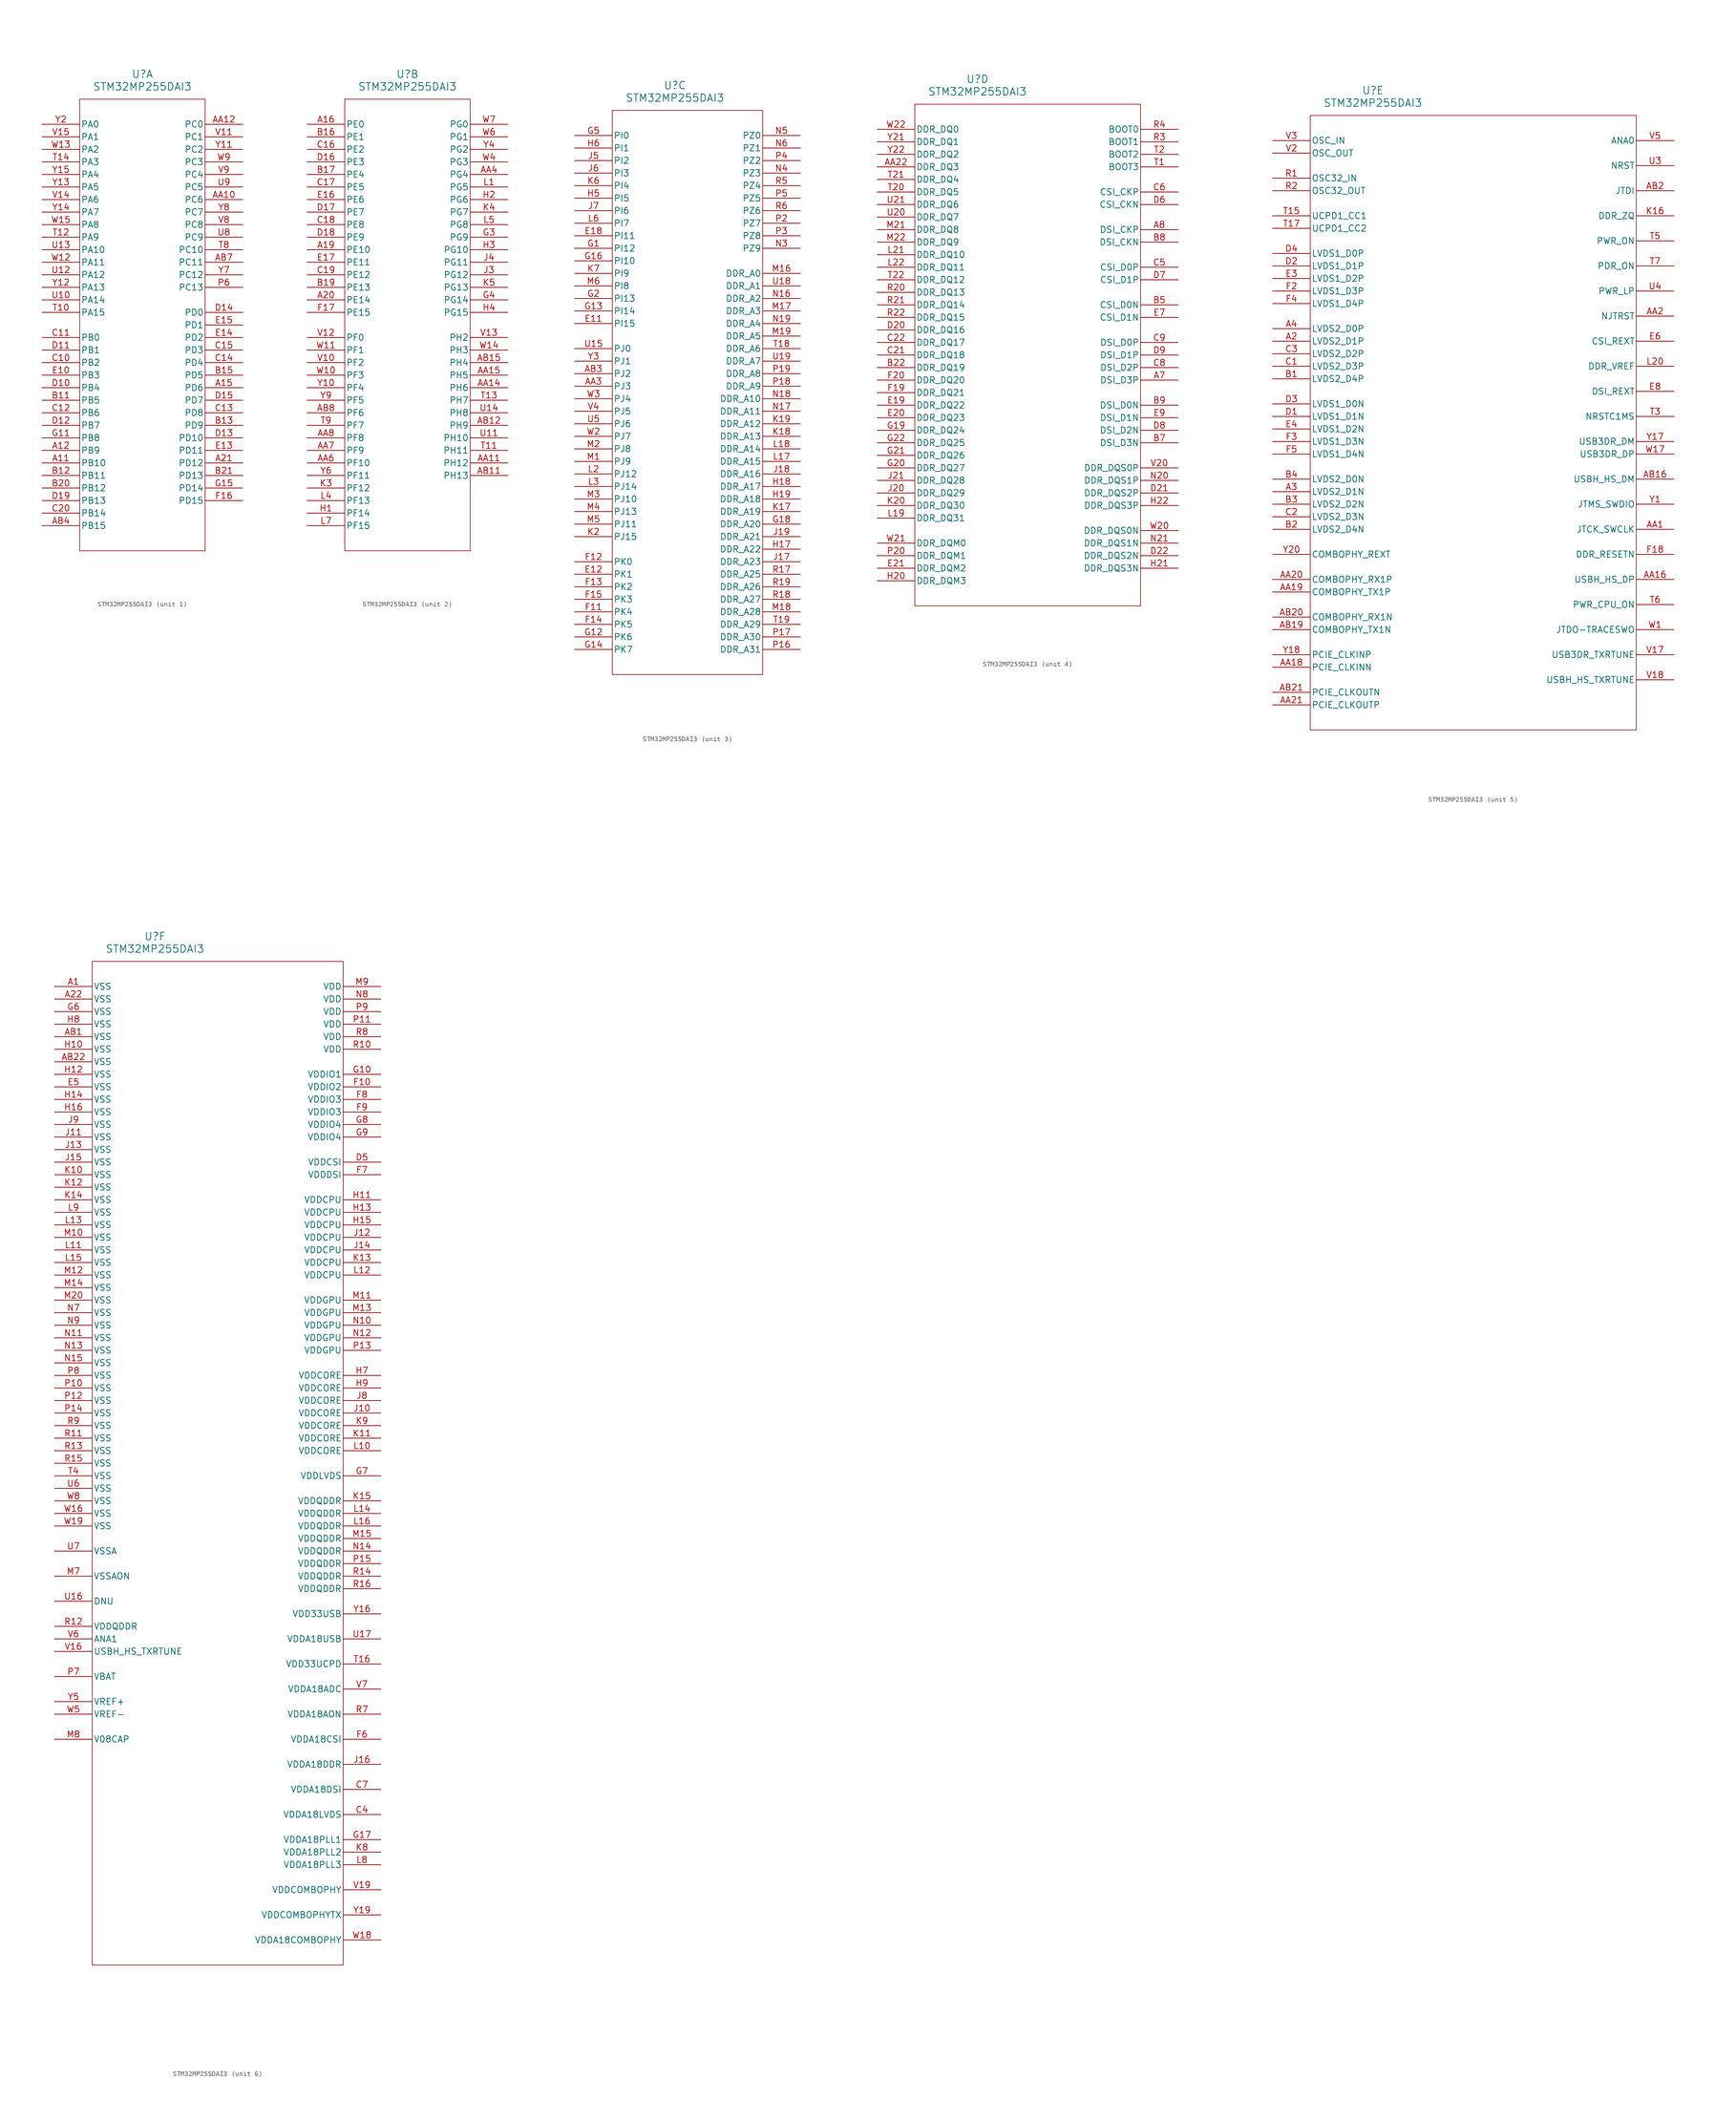
<source format=kicad_sym>
(kicad_symbol_lib
  (version 20241209)
  (generator "kicad_symbol_editor")
  (generator_version "9.0")
  (symbol "STM32MP255DAI3"
    (pin_names
      (offset 0.254))
    (property "Reference" "U"
      (at 20.32 10.16 0)
      (effects (font (size 1.524 1.524))))
    (property "Value" "STM32MP255DAI3"
      (at 20.32 7.62 0)
      (effects (font (size 1.524 1.524))))
    (property "ki_locked" ""
      (at 0 0 0)
      (effects (font (size 1.27 1.27))))
    (symbol "STM32MP255DAI3_1_1"
      (polyline (pts (xy 7.62 5.08) (xy 7.62 -86.36)) (stroke (width 0.127) (type default)) (fill (type none)))
      (polyline (pts (xy 7.62 -86.36) (xy 33.02 -86.36)) (stroke (width 0.127) (type default)) (fill (type none)))
      (polyline (pts (xy 33.02 5.08) (xy 7.62 5.08)) (stroke (width 0.127) (type default)) (fill (type none)))
      (polyline (pts (xy 33.02 -86.36) (xy 33.02 5.08)) (stroke (width 0.127) (type default)) (fill (type none)))
      (pin bidirectional line (at 0 0 0) (length 7.62) (name "PA0" (effects (font (size 1.27 1.27)))) (number "Y2" (effects (font (size 1.27 1.27)))))
      (pin bidirectional line (at 0 -2.54 0) (length 7.62) (name "PA1" (effects (font (size 1.27 1.27)))) (number "V15" (effects (font (size 1.27 1.27)))))
      (pin bidirectional line (at 0 -5.08 0) (length 7.62) (name "PA2" (effects (font (size 1.27 1.27)))) (number "W13" (effects (font (size 1.27 1.27)))))
      (pin bidirectional line (at 0 -7.62 0) (length 7.62) (name "PA3" (effects (font (size 1.27 1.27)))) (number "T14" (effects (font (size 1.27 1.27)))))
      (pin bidirectional line (at 0 -10.16 0) (length 7.62) (name "PA4" (effects (font (size 1.27 1.27)))) (number "Y15" (effects (font (size 1.27 1.27)))))
      (pin bidirectional line (at 0 -12.7 0) (length 7.62) (name "PA5" (effects (font (size 1.27 1.27)))) (number "Y13" (effects (font (size 1.27 1.27)))))
      (pin bidirectional line (at 0 -15.24 0) (length 7.62) (name "PA6" (effects (font (size 1.27 1.27)))) (number "V14" (effects (font (size 1.27 1.27)))))
      (pin bidirectional line (at 0 -17.78 0) (length 7.62) (name "PA7" (effects (font (size 1.27 1.27)))) (number "Y14" (effects (font (size 1.27 1.27)))))
      (pin bidirectional line (at 0 -20.32 0) (length 7.62) (name "PA8" (effects (font (size 1.27 1.27)))) (number "W15" (effects (font (size 1.27 1.27)))))
      (pin bidirectional line (at 0 -22.86 0) (length 7.62) (name "PA9" (effects (font (size 1.27 1.27)))) (number "T12" (effects (font (size 1.27 1.27)))))
      (pin bidirectional line (at 0 -25.4 0) (length 7.62) (name "PA10" (effects (font (size 1.27 1.27)))) (number "U13" (effects (font (size 1.27 1.27)))))
      (pin bidirectional line (at 0 -27.94 0) (length 7.62) (name "PA11" (effects (font (size 1.27 1.27)))) (number "W12" (effects (font (size 1.27 1.27)))))
      (pin bidirectional line (at 0 -30.48 0) (length 7.62) (name "PA12" (effects (font (size 1.27 1.27)))) (number "U12" (effects (font (size 1.27 1.27)))))
      (pin bidirectional line (at 0 -33.02 0) (length 7.62) (name "PA13" (effects (font (size 1.27 1.27)))) (number "Y12" (effects (font (size 1.27 1.27)))))
      (pin bidirectional line (at 0 -35.56 0) (length 7.62) (name "PA14" (effects (font (size 1.27 1.27)))) (number "U10" (effects (font (size 1.27 1.27)))))
      (pin bidirectional line (at 0 -38.1 0) (length 7.62) (name "PA15" (effects (font (size 1.27 1.27)))) (number "T10" (effects (font (size 1.27 1.27)))))
      (pin bidirectional line (at 0 -43.18 0) (length 7.62) (name "PB0" (effects (font (size 1.27 1.27)))) (number "C11" (effects (font (size 1.27 1.27)))))
      (pin bidirectional line (at 0 -45.72 0) (length 7.62) (name "PB1" (effects (font (size 1.27 1.27)))) (number "D11" (effects (font (size 1.27 1.27)))))
      (pin bidirectional line (at 0 -48.26 0) (length 7.62) (name "PB2" (effects (font (size 1.27 1.27)))) (number "C10" (effects (font (size 1.27 1.27)))))
      (pin bidirectional line (at 0 -50.8 0) (length 7.62) (name "PB3" (effects (font (size 1.27 1.27)))) (number "E10" (effects (font (size 1.27 1.27)))))
      (pin bidirectional line (at 0 -53.34 0) (length 7.62) (name "PB4" (effects (font (size 1.27 1.27)))) (number "D10" (effects (font (size 1.27 1.27)))))
      (pin bidirectional line (at 0 -55.88 0) (length 7.62) (name "PB5" (effects (font (size 1.27 1.27)))) (number "B11" (effects (font (size 1.27 1.27)))))
      (pin bidirectional line (at 0 -58.42 0) (length 7.62) (name "PB6" (effects (font (size 1.27 1.27)))) (number "C12" (effects (font (size 1.27 1.27)))))
      (pin bidirectional line (at 0 -60.96 0) (length 7.62) (name "PB7" (effects (font (size 1.27 1.27)))) (number "D12" (effects (font (size 1.27 1.27)))))
      (pin bidirectional line (at 0 -63.5 0) (length 7.62) (name "PB8" (effects (font (size 1.27 1.27)))) (number "G11" (effects (font (size 1.27 1.27)))))
      (pin bidirectional line (at 0 -66.04 0) (length 7.62) (name "PB9" (effects (font (size 1.27 1.27)))) (number "A12" (effects (font (size 1.27 1.27)))))
      (pin bidirectional line (at 0 -68.58 0) (length 7.62) (name "PB10" (effects (font (size 1.27 1.27)))) (number "A11" (effects (font (size 1.27 1.27)))))
      (pin bidirectional line (at 0 -71.12 0) (length 7.62) (name "PB11" (effects (font (size 1.27 1.27)))) (number "B12" (effects (font (size 1.27 1.27)))))
      (pin bidirectional line (at 0 -73.66 0) (length 7.62) (name "PB12" (effects (font (size 1.27 1.27)))) (number "B20" (effects (font (size 1.27 1.27)))))
      (pin bidirectional line (at 0 -76.2 0) (length 7.62) (name "PB13" (effects (font (size 1.27 1.27)))) (number "D19" (effects (font (size 1.27 1.27)))))
      (pin bidirectional line (at 0 -78.74 0) (length 7.62) (name "PB14" (effects (font (size 1.27 1.27)))) (number "C20" (effects (font (size 1.27 1.27)))))
      (pin bidirectional line (at 0 -81.28 0) (length 7.62) (name "PB15" (effects (font (size 1.27 1.27)))) (number "AB4" (effects (font (size 1.27 1.27)))))
      (pin bidirectional line (at 40.64 0 180) (length 7.62) (name "PC0" (effects (font (size 1.27 1.27)))) (number "AA12" (effects (font (size 1.27 1.27)))))
      (pin bidirectional line (at 40.64 -2.54 180) (length 7.62) (name "PC1" (effects (font (size 1.27 1.27)))) (number "V11" (effects (font (size 1.27 1.27)))))
      (pin bidirectional line (at 40.64 -5.08 180) (length 7.62) (name "PC2" (effects (font (size 1.27 1.27)))) (number "Y11" (effects (font (size 1.27 1.27)))))
      (pin bidirectional line (at 40.64 -7.62 180) (length 7.62) (name "PC3" (effects (font (size 1.27 1.27)))) (number "W9" (effects (font (size 1.27 1.27)))))
      (pin bidirectional line (at 40.64 -10.16 180) (length 7.62) (name "PC4" (effects (font (size 1.27 1.27)))) (number "V9" (effects (font (size 1.27 1.27)))))
      (pin bidirectional line (at 40.64 -12.7 180) (length 7.62) (name "PC5" (effects (font (size 1.27 1.27)))) (number "U9" (effects (font (size 1.27 1.27)))))
      (pin bidirectional line (at 40.64 -15.24 180) (length 7.62) (name "PC6" (effects (font (size 1.27 1.27)))) (number "AA10" (effects (font (size 1.27 1.27)))))
      (pin bidirectional line (at 40.64 -17.78 180) (length 7.62) (name "PC7" (effects (font (size 1.27 1.27)))) (number "Y8" (effects (font (size 1.27 1.27)))))
      (pin bidirectional line (at 40.64 -20.32 180) (length 7.62) (name "PC8" (effects (font (size 1.27 1.27)))) (number "V8" (effects (font (size 1.27 1.27)))))
      (pin bidirectional line (at 40.64 -22.86 180) (length 7.62) (name "PC9" (effects (font (size 1.27 1.27)))) (number "U8" (effects (font (size 1.27 1.27)))))
      (pin bidirectional line (at 40.64 -25.4 180) (length 7.62) (name "PC10" (effects (font (size 1.27 1.27)))) (number "T8" (effects (font (size 1.27 1.27)))))
      (pin bidirectional line (at 40.64 -27.94 180) (length 7.62) (name "PC11" (effects (font (size 1.27 1.27)))) (number "AB7" (effects (font (size 1.27 1.27)))))
      (pin bidirectional line (at 40.64 -30.48 180) (length 7.62) (name "PC12" (effects (font (size 1.27 1.27)))) (number "Y7" (effects (font (size 1.27 1.27)))))
      (pin bidirectional line (at 40.64 -33.02 180) (length 7.62) (name "PC13" (effects (font (size 1.27 1.27)))) (number "P6" (effects (font (size 1.27 1.27)))))
      (pin bidirectional line (at 40.64 -38.1 180) (length 7.62) (name "PD0" (effects (font (size 1.27 1.27)))) (number "D14" (effects (font (size 1.27 1.27)))))
      (pin bidirectional line (at 40.64 -40.64 180) (length 7.62) (name "PD1" (effects (font (size 1.27 1.27)))) (number "E15" (effects (font (size 1.27 1.27)))))
      (pin bidirectional line (at 40.64 -43.18 180) (length 7.62) (name "PD2" (effects (font (size 1.27 1.27)))) (number "E14" (effects (font (size 1.27 1.27)))))
      (pin bidirectional line (at 40.64 -45.72 180) (length 7.62) (name "PD3" (effects (font (size 1.27 1.27)))) (number "C15" (effects (font (size 1.27 1.27)))))
      (pin bidirectional line (at 40.64 -48.26 180) (length 7.62) (name "PD4" (effects (font (size 1.27 1.27)))) (number "C14" (effects (font (size 1.27 1.27)))))
      (pin bidirectional line (at 40.64 -50.8 180) (length 7.62) (name "PD5" (effects (font (size 1.27 1.27)))) (number "B15" (effects (font (size 1.27 1.27)))))
      (pin bidirectional line (at 40.64 -53.34 180) (length 7.62) (name "PD6" (effects (font (size 1.27 1.27)))) (number "A15" (effects (font (size 1.27 1.27)))))
      (pin bidirectional line (at 40.64 -55.88 180) (length 7.62) (name "PD7" (effects (font (size 1.27 1.27)))) (number "D15" (effects (font (size 1.27 1.27)))))
      (pin bidirectional line (at 40.64 -58.42 180) (length 7.62) (name "PD8" (effects (font (size 1.27 1.27)))) (number "C13" (effects (font (size 1.27 1.27)))))
      (pin bidirectional line (at 40.64 -60.96 180) (length 7.62) (name "PD9" (effects (font (size 1.27 1.27)))) (number "B13" (effects (font (size 1.27 1.27)))))
      (pin bidirectional line (at 40.64 -63.5 180) (length 7.62) (name "PD10" (effects (font (size 1.27 1.27)))) (number "D13" (effects (font (size 1.27 1.27)))))
      (pin bidirectional line (at 40.64 -66.04 180) (length 7.62) (name "PD11" (effects (font (size 1.27 1.27)))) (number "E13" (effects (font (size 1.27 1.27)))))
      (pin bidirectional line (at 40.64 -68.58 180) (length 7.62) (name "PD12" (effects (font (size 1.27 1.27)))) (number "A21" (effects (font (size 1.27 1.27)))))
      (pin bidirectional line (at 40.64 -71.12 180) (length 7.62) (name "PD13" (effects (font (size 1.27 1.27)))) (number "B21" (effects (font (size 1.27 1.27)))))
      (pin bidirectional line (at 40.64 -73.66 180) (length 7.62) (name "PD14" (effects (font (size 1.27 1.27)))) (number "G15" (effects (font (size 1.27 1.27)))))
      (pin bidirectional line (at 40.64 -76.2 180) (length 7.62) (name "PD15" (effects (font (size 1.27 1.27)))) (number "F16" (effects (font (size 1.27 1.27))))))
    (symbol "STM32MP255DAI3_2_1"
      (polyline (pts (xy 7.62 5.08) (xy 7.62 -86.36)) (stroke (width 0.127) (type default)) (fill (type none)))
      (polyline (pts (xy 7.62 -86.36) (xy 33.02 -86.36)) (stroke (width 0.127) (type default)) (fill (type none)))
      (polyline (pts (xy 33.02 5.08) (xy 7.62 5.08)) (stroke (width 0.127) (type default)) (fill (type none)))
      (polyline (pts (xy 33.02 -86.36) (xy 33.02 5.08)) (stroke (width 0.127) (type default)) (fill (type none)))
      (pin bidirectional line (at 0 0 0) (length 7.62) (name "PE0" (effects (font (size 1.27 1.27)))) (number "A16" (effects (font (size 1.27 1.27)))))
      (pin bidirectional line (at 0 -2.54 0) (length 7.62) (name "PE1" (effects (font (size 1.27 1.27)))) (number "B16" (effects (font (size 1.27 1.27)))))
      (pin bidirectional line (at 0 -5.08 0) (length 7.62) (name "PE2" (effects (font (size 1.27 1.27)))) (number "C16" (effects (font (size 1.27 1.27)))))
      (pin bidirectional line (at 0 -7.62 0) (length 7.62) (name "PE3" (effects (font (size 1.27 1.27)))) (number "D16" (effects (font (size 1.27 1.27)))))
      (pin bidirectional line (at 0 -10.16 0) (length 7.62) (name "PE4" (effects (font (size 1.27 1.27)))) (number "B17" (effects (font (size 1.27 1.27)))))
      (pin bidirectional line (at 0 -12.7 0) (length 7.62) (name "PE5" (effects (font (size 1.27 1.27)))) (number "C17" (effects (font (size 1.27 1.27)))))
      (pin bidirectional line (at 0 -15.24 0) (length 7.62) (name "PE6" (effects (font (size 1.27 1.27)))) (number "E16" (effects (font (size 1.27 1.27)))))
      (pin bidirectional line (at 0 -17.78 0) (length 7.62) (name "PE7" (effects (font (size 1.27 1.27)))) (number "D17" (effects (font (size 1.27 1.27)))))
      (pin bidirectional line (at 0 -20.32 0) (length 7.62) (name "PE8" (effects (font (size 1.27 1.27)))) (number "C18" (effects (font (size 1.27 1.27)))))
      (pin bidirectional line (at 0 -22.86 0) (length 7.62) (name "PE9" (effects (font (size 1.27 1.27)))) (number "D18" (effects (font (size 1.27 1.27)))))
      (pin bidirectional line (at 0 -25.4 0) (length 7.62) (name "PE10" (effects (font (size 1.27 1.27)))) (number "A19" (effects (font (size 1.27 1.27)))))
      (pin bidirectional line (at 0 -27.94 0) (length 7.62) (name "PE11" (effects (font (size 1.27 1.27)))) (number "E17" (effects (font (size 1.27 1.27)))))
      (pin bidirectional line (at 0 -30.48 0) (length 7.62) (name "PE12" (effects (font (size 1.27 1.27)))) (number "C19" (effects (font (size 1.27 1.27)))))
      (pin bidirectional line (at 0 -33.02 0) (length 7.62) (name "PE13" (effects (font (size 1.27 1.27)))) (number "B19" (effects (font (size 1.27 1.27)))))
      (pin bidirectional line (at 0 -35.56 0) (length 7.62) (name "PE14" (effects (font (size 1.27 1.27)))) (number "A20" (effects (font (size 1.27 1.27)))))
      (pin bidirectional line (at 0 -38.1 0) (length 7.62) (name "PE15" (effects (font (size 1.27 1.27)))) (number "F17" (effects (font (size 1.27 1.27)))))
      (pin bidirectional line (at 0 -43.18 0) (length 7.62) (name "PF0" (effects (font (size 1.27 1.27)))) (number "V12" (effects (font (size 1.27 1.27)))))
      (pin bidirectional line (at 0 -45.72 0) (length 7.62) (name "PF1" (effects (font (size 1.27 1.27)))) (number "W11" (effects (font (size 1.27 1.27)))))
      (pin bidirectional line (at 0 -48.26 0) (length 7.62) (name "PF2" (effects (font (size 1.27 1.27)))) (number "V10" (effects (font (size 1.27 1.27)))))
      (pin bidirectional line (at 0 -50.8 0) (length 7.62) (name "PF3" (effects (font (size 1.27 1.27)))) (number "W10" (effects (font (size 1.27 1.27)))))
      (pin bidirectional line (at 0 -53.34 0) (length 7.62) (name "PF4" (effects (font (size 1.27 1.27)))) (number "Y10" (effects (font (size 1.27 1.27)))))
      (pin bidirectional line (at 0 -55.88 0) (length 7.62) (name "PF5" (effects (font (size 1.27 1.27)))) (number "Y9" (effects (font (size 1.27 1.27)))))
      (pin bidirectional line (at 0 -58.42 0) (length 7.62) (name "PF6" (effects (font (size 1.27 1.27)))) (number "AB8" (effects (font (size 1.27 1.27)))))
      (pin bidirectional line (at 0 -60.96 0) (length 7.62) (name "PF7" (effects (font (size 1.27 1.27)))) (number "T9" (effects (font (size 1.27 1.27)))))
      (pin bidirectional line (at 0 -63.5 0) (length 7.62) (name "PF8" (effects (font (size 1.27 1.27)))) (number "AA8" (effects (font (size 1.27 1.27)))))
      (pin bidirectional line (at 0 -66.04 0) (length 7.62) (name "PF9" (effects (font (size 1.27 1.27)))) (number "AA7" (effects (font (size 1.27 1.27)))))
      (pin bidirectional line (at 0 -68.58 0) (length 7.62) (name "PF10" (effects (font (size 1.27 1.27)))) (number "AA6" (effects (font (size 1.27 1.27)))))
      (pin bidirectional line (at 0 -71.12 0) (length 7.62) (name "PF11" (effects (font (size 1.27 1.27)))) (number "Y6" (effects (font (size 1.27 1.27)))))
      (pin bidirectional line (at 0 -73.66 0) (length 7.62) (name "PF12" (effects (font (size 1.27 1.27)))) (number "K3" (effects (font (size 1.27 1.27)))))
      (pin bidirectional line (at 0 -76.2 0) (length 7.62) (name "PF13" (effects (font (size 1.27 1.27)))) (number "L4" (effects (font (size 1.27 1.27)))))
      (pin bidirectional line (at 0 -78.74 0) (length 7.62) (name "PF14" (effects (font (size 1.27 1.27)))) (number "H1" (effects (font (size 1.27 1.27)))))
      (pin bidirectional line (at 0 -81.28 0) (length 7.62) (name "PF15" (effects (font (size 1.27 1.27)))) (number "L7" (effects (font (size 1.27 1.27)))))
      (pin bidirectional line (at 40.64 0 180) (length 7.62) (name "PG0" (effects (font (size 1.27 1.27)))) (number "W7" (effects (font (size 1.27 1.27)))))
      (pin bidirectional line (at 40.64 -2.54 180) (length 7.62) (name "PG1" (effects (font (size 1.27 1.27)))) (number "W6" (effects (font (size 1.27 1.27)))))
      (pin bidirectional line (at 40.64 -5.08 180) (length 7.62) (name "PG2" (effects (font (size 1.27 1.27)))) (number "Y4" (effects (font (size 1.27 1.27)))))
      (pin bidirectional line (at 40.64 -7.62 180) (length 7.62) (name "PG3" (effects (font (size 1.27 1.27)))) (number "W4" (effects (font (size 1.27 1.27)))))
      (pin bidirectional line (at 40.64 -10.16 180) (length 7.62) (name "PG4" (effects (font (size 1.27 1.27)))) (number "AA4" (effects (font (size 1.27 1.27)))))
      (pin bidirectional line (at 40.64 -12.7 180) (length 7.62) (name "PG5" (effects (font (size 1.27 1.27)))) (number "L1" (effects (font (size 1.27 1.27)))))
      (pin bidirectional line (at 40.64 -15.24 180) (length 7.62) (name "PG6" (effects (font (size 1.27 1.27)))) (number "H2" (effects (font (size 1.27 1.27)))))
      (pin bidirectional line (at 40.64 -17.78 180) (length 7.62) (name "PG7" (effects (font (size 1.27 1.27)))) (number "K4" (effects (font (size 1.27 1.27)))))
      (pin bidirectional line (at 40.64 -20.32 180) (length 7.62) (name "PG8" (effects (font (size 1.27 1.27)))) (number "L5" (effects (font (size 1.27 1.27)))))
      (pin bidirectional line (at 40.64 -22.86 180) (length 7.62) (name "PG9" (effects (font (size 1.27 1.27)))) (number "G3" (effects (font (size 1.27 1.27)))))
      (pin bidirectional line (at 40.64 -25.4 180) (length 7.62) (name "PG10" (effects (font (size 1.27 1.27)))) (number "H3" (effects (font (size 1.27 1.27)))))
      (pin bidirectional line (at 40.64 -27.94 180) (length 7.62) (name "PG11" (effects (font (size 1.27 1.27)))) (number "J4" (effects (font (size 1.27 1.27)))))
      (pin bidirectional line (at 40.64 -30.48 180) (length 7.62) (name "PG12" (effects (font (size 1.27 1.27)))) (number "J3" (effects (font (size 1.27 1.27)))))
      (pin bidirectional line (at 40.64 -33.02 180) (length 7.62) (name "PG13" (effects (font (size 1.27 1.27)))) (number "K5" (effects (font (size 1.27 1.27)))))
      (pin bidirectional line (at 40.64 -35.56 180) (length 7.62) (name "PG14" (effects (font (size 1.27 1.27)))) (number "G4" (effects (font (size 1.27 1.27)))))
      (pin bidirectional line (at 40.64 -38.1 180) (length 7.62) (name "PG15" (effects (font (size 1.27 1.27)))) (number "H4" (effects (font (size 1.27 1.27)))))
      (pin bidirectional line (at 40.64 -43.18 180) (length 7.62) (name "PH2" (effects (font (size 1.27 1.27)))) (number "V13" (effects (font (size 1.27 1.27)))))
      (pin bidirectional line (at 40.64 -45.72 180) (length 7.62) (name "PH3" (effects (font (size 1.27 1.27)))) (number "W14" (effects (font (size 1.27 1.27)))))
      (pin bidirectional line (at 40.64 -48.26 180) (length 7.62) (name "PH4" (effects (font (size 1.27 1.27)))) (number "AB15" (effects (font (size 1.27 1.27)))))
      (pin bidirectional line (at 40.64 -50.8 180) (length 7.62) (name "PH5" (effects (font (size 1.27 1.27)))) (number "AA15" (effects (font (size 1.27 1.27)))))
      (pin bidirectional line (at 40.64 -53.34 180) (length 7.62) (name "PH6" (effects (font (size 1.27 1.27)))) (number "AA14" (effects (font (size 1.27 1.27)))))
      (pin bidirectional line (at 40.64 -55.88 180) (length 7.62) (name "PH7" (effects (font (size 1.27 1.27)))) (number "T13" (effects (font (size 1.27 1.27)))))
      (pin bidirectional line (at 40.64 -58.42 180) (length 7.62) (name "PH8" (effects (font (size 1.27 1.27)))) (number "U14" (effects (font (size 1.27 1.27)))))
      (pin bidirectional line (at 40.64 -60.96 180) (length 7.62) (name "PH9" (effects (font (size 1.27 1.27)))) (number "AB12" (effects (font (size 1.27 1.27)))))
      (pin bidirectional line (at 40.64 -63.5 180) (length 7.62) (name "PH10" (effects (font (size 1.27 1.27)))) (number "U11" (effects (font (size 1.27 1.27)))))
      (pin bidirectional line (at 40.64 -66.04 180) (length 7.62) (name "PH11" (effects (font (size 1.27 1.27)))) (number "T11" (effects (font (size 1.27 1.27)))))
      (pin bidirectional line (at 40.64 -68.58 180) (length 7.62) (name "PH12" (effects (font (size 1.27 1.27)))) (number "AA11" (effects (font (size 1.27 1.27)))))
      (pin bidirectional line (at 40.64 -71.12 180) (length 7.62) (name "PH13" (effects (font (size 1.27 1.27)))) (number "AB11" (effects (font (size 1.27 1.27))))))
    (symbol "STM32MP255DAI3_3_1"
      (polyline (pts (xy 7.62 5.08) (xy 7.62 -109.22)) (stroke (width 0.127) (type default)) (fill (type none)))
      (polyline (pts (xy 7.62 -109.22) (xy 38.1 -109.22)) (stroke (width 0.127) (type default)) (fill (type none)))
      (polyline (pts (xy 38.1 5.08) (xy 7.62 5.08)) (stroke (width 0.127) (type default)) (fill (type none)))
      (polyline (pts (xy 38.1 -109.22) (xy 38.1 5.08)) (stroke (width 0.127) (type default)) (fill (type none)))
      (pin bidirectional line (at 0 0 0) (length 7.62) (name "PI0" (effects (font (size 1.27 1.27)))) (number "G5" (effects (font (size 1.27 1.27)))))
      (pin bidirectional line (at 0 -2.54 0) (length 7.62) (name "PI1" (effects (font (size 1.27 1.27)))) (number "H6" (effects (font (size 1.27 1.27)))))
      (pin bidirectional line (at 0 -5.08 0) (length 7.62) (name "PI2" (effects (font (size 1.27 1.27)))) (number "J5" (effects (font (size 1.27 1.27)))))
      (pin bidirectional line (at 0 -7.62 0) (length 7.62) (name "PI3" (effects (font (size 1.27 1.27)))) (number "J6" (effects (font (size 1.27 1.27)))))
      (pin bidirectional line (at 0 -10.16 0) (length 7.62) (name "PI4" (effects (font (size 1.27 1.27)))) (number "K6" (effects (font (size 1.27 1.27)))))
      (pin bidirectional line (at 0 -12.7 0) (length 7.62) (name "PI5" (effects (font (size 1.27 1.27)))) (number "H5" (effects (font (size 1.27 1.27)))))
      (pin bidirectional line (at 0 -15.24 0) (length 7.62) (name "PI6" (effects (font (size 1.27 1.27)))) (number "J7" (effects (font (size 1.27 1.27)))))
      (pin bidirectional line (at 0 -17.78 0) (length 7.62) (name "PI7" (effects (font (size 1.27 1.27)))) (number "L6" (effects (font (size 1.27 1.27)))))
      (pin bidirectional line (at 0 -20.32 0) (length 7.62) (name "PI11" (effects (font (size 1.27 1.27)))) (number "E18" (effects (font (size 1.27 1.27)))))
      (pin bidirectional line (at 0 -22.86 0) (length 7.62) (name "PI12" (effects (font (size 1.27 1.27)))) (number "G1" (effects (font (size 1.27 1.27)))))
      (pin bidirectional line (at 0 -25.4 0) (length 7.62) (name "PI10" (effects (font (size 1.27 1.27)))) (number "G16" (effects (font (size 1.27 1.27)))))
      (pin bidirectional line (at 0 -27.94 0) (length 7.62) (name "PI9" (effects (font (size 1.27 1.27)))) (number "K7" (effects (font (size 1.27 1.27)))))
      (pin bidirectional line (at 0 -30.48 0) (length 7.62) (name "PI8" (effects (font (size 1.27 1.27)))) (number "M6" (effects (font (size 1.27 1.27)))))
      (pin bidirectional line (at 0 -33.02 0) (length 7.62) (name "PI13" (effects (font (size 1.27 1.27)))) (number "G2" (effects (font (size 1.27 1.27)))))
      (pin bidirectional line (at 0 -35.56 0) (length 7.62) (name "PI14" (effects (font (size 1.27 1.27)))) (number "G13" (effects (font (size 1.27 1.27)))))
      (pin bidirectional line (at 0 -38.1 0) (length 7.62) (name "PI15" (effects (font (size 1.27 1.27)))) (number "E11" (effects (font (size 1.27 1.27)))))
      (pin bidirectional line (at 0 -43.18 0) (length 7.62) (name "PJ0" (effects (font (size 1.27 1.27)))) (number "U15" (effects (font (size 1.27 1.27)))))
      (pin bidirectional line (at 0 -45.72 0) (length 7.62) (name "PJ1" (effects (font (size 1.27 1.27)))) (number "Y3" (effects (font (size 1.27 1.27)))))
      (pin bidirectional line (at 0 -48.26 0) (length 7.62) (name "PJ2" (effects (font (size 1.27 1.27)))) (number "AB3" (effects (font (size 1.27 1.27)))))
      (pin bidirectional line (at 0 -50.8 0) (length 7.62) (name "PJ3" (effects (font (size 1.27 1.27)))) (number "AA3" (effects (font (size 1.27 1.27)))))
      (pin bidirectional line (at 0 -53.34 0) (length 7.62) (name "PJ4" (effects (font (size 1.27 1.27)))) (number "W3" (effects (font (size 1.27 1.27)))))
      (pin bidirectional line (at 0 -55.88 0) (length 7.62) (name "PJ5" (effects (font (size 1.27 1.27)))) (number "V4" (effects (font (size 1.27 1.27)))))
      (pin bidirectional line (at 0 -58.42 0) (length 7.62) (name "PJ6" (effects (font (size 1.27 1.27)))) (number "U5" (effects (font (size 1.27 1.27)))))
      (pin bidirectional line (at 0 -60.96 0) (length 7.62) (name "PJ7" (effects (font (size 1.27 1.27)))) (number "W2" (effects (font (size 1.27 1.27)))))
      (pin bidirectional line (at 0 -63.5 0) (length 7.62) (name "PJ8" (effects (font (size 1.27 1.27)))) (number "M2" (effects (font (size 1.27 1.27)))))
      (pin bidirectional line (at 0 -66.04 0) (length 7.62) (name "PJ9" (effects (font (size 1.27 1.27)))) (number "M1" (effects (font (size 1.27 1.27)))))
      (pin bidirectional line (at 0 -68.58 0) (length 7.62) (name "PJ12" (effects (font (size 1.27 1.27)))) (number "L2" (effects (font (size 1.27 1.27)))))
      (pin bidirectional line (at 0 -71.12 0) (length 7.62) (name "PJ14" (effects (font (size 1.27 1.27)))) (number "L3" (effects (font (size 1.27 1.27)))))
      (pin bidirectional line (at 0 -73.66 0) (length 7.62) (name "PJ10" (effects (font (size 1.27 1.27)))) (number "M3" (effects (font (size 1.27 1.27)))))
      (pin bidirectional line (at 0 -76.2 0) (length 7.62) (name "PJ13" (effects (font (size 1.27 1.27)))) (number "M4" (effects (font (size 1.27 1.27)))))
      (pin bidirectional line (at 0 -78.74 0) (length 7.62) (name "PJ11" (effects (font (size 1.27 1.27)))) (number "M5" (effects (font (size 1.27 1.27)))))
      (pin bidirectional line (at 0 -81.28 0) (length 7.62) (name "PJ15" (effects (font (size 1.27 1.27)))) (number "K2" (effects (font (size 1.27 1.27)))))
      (pin bidirectional line (at 0 -86.36 0) (length 7.62) (name "PK0" (effects (font (size 1.27 1.27)))) (number "F12" (effects (font (size 1.27 1.27)))))
      (pin bidirectional line (at 0 -88.9 0) (length 7.62) (name "PK1" (effects (font (size 1.27 1.27)))) (number "E12" (effects (font (size 1.27 1.27)))))
      (pin bidirectional line (at 0 -91.44 0) (length 7.62) (name "PK2" (effects (font (size 1.27 1.27)))) (number "F13" (effects (font (size 1.27 1.27)))))
      (pin bidirectional line (at 0 -93.98 0) (length 7.62) (name "PK3" (effects (font (size 1.27 1.27)))) (number "F15" (effects (font (size 1.27 1.27)))))
      (pin bidirectional line (at 0 -96.52 0) (length 7.62) (name "PK4" (effects (font (size 1.27 1.27)))) (number "F11" (effects (font (size 1.27 1.27)))))
      (pin bidirectional line (at 0 -99.06 0) (length 7.62) (name "PK5" (effects (font (size 1.27 1.27)))) (number "F14" (effects (font (size 1.27 1.27)))))
      (pin bidirectional line (at 0 -101.6 0) (length 7.62) (name "PK6" (effects (font (size 1.27 1.27)))) (number "G12" (effects (font (size 1.27 1.27)))))
      (pin bidirectional line (at 0 -104.14 0) (length 7.62) (name "PK7" (effects (font (size 1.27 1.27)))) (number "G14" (effects (font (size 1.27 1.27)))))
      (pin bidirectional line (at 45.72 0 180) (length 7.62) (name "PZ0" (effects (font (size 1.27 1.27)))) (number "N5" (effects (font (size 1.27 1.27)))))
      (pin bidirectional line (at 45.72 -2.54 180) (length 7.62) (name "PZ1" (effects (font (size 1.27 1.27)))) (number "N6" (effects (font (size 1.27 1.27)))))
      (pin bidirectional line (at 45.72 -5.08 180) (length 7.62) (name "PZ2" (effects (font (size 1.27 1.27)))) (number "P4" (effects (font (size 1.27 1.27)))))
      (pin bidirectional line (at 45.72 -7.62 180) (length 7.62) (name "PZ3" (effects (font (size 1.27 1.27)))) (number "N4" (effects (font (size 1.27 1.27)))))
      (pin bidirectional line (at 45.72 -10.16 180) (length 7.62) (name "PZ4" (effects (font (size 1.27 1.27)))) (number "R5" (effects (font (size 1.27 1.27)))))
      (pin bidirectional line (at 45.72 -12.7 180) (length 7.62) (name "PZ5" (effects (font (size 1.27 1.27)))) (number "P5" (effects (font (size 1.27 1.27)))))
      (pin bidirectional line (at 45.72 -15.24 180) (length 7.62) (name "PZ6" (effects (font (size 1.27 1.27)))) (number "R6" (effects (font (size 1.27 1.27)))))
      (pin bidirectional line (at 45.72 -17.78 180) (length 7.62) (name "PZ7" (effects (font (size 1.27 1.27)))) (number "P2" (effects (font (size 1.27 1.27)))))
      (pin bidirectional line (at 45.72 -20.32 180) (length 7.62) (name "PZ8" (effects (font (size 1.27 1.27)))) (number "P3" (effects (font (size 1.27 1.27)))))
      (pin bidirectional line (at 45.72 -22.86 180) (length 7.62) (name "PZ9" (effects (font (size 1.27 1.27)))) (number "N3" (effects (font (size 1.27 1.27)))))
      (pin output line (at 45.72 -27.94 180) (length 7.62) (name "DDR_A0" (effects (font (size 1.27 1.27)))) (number "M16" (effects (font (size 1.27 1.27)))))
      (pin output line (at 45.72 -30.48 180) (length 7.62) (name "DDR_A1" (effects (font (size 1.27 1.27)))) (number "U18" (effects (font (size 1.27 1.27)))))
      (pin output line (at 45.72 -33.02 180) (length 7.62) (name "DDR_A2" (effects (font (size 1.27 1.27)))) (number "N16" (effects (font (size 1.27 1.27)))))
      (pin output line (at 45.72 -35.56 180) (length 7.62) (name "DDR_A3" (effects (font (size 1.27 1.27)))) (number "M17" (effects (font (size 1.27 1.27)))))
      (pin output line (at 45.72 -38.1 180) (length 7.62) (name "DDR_A4" (effects (font (size 1.27 1.27)))) (number "N19" (effects (font (size 1.27 1.27)))))
      (pin output line (at 45.72 -40.64 180) (length 7.62) (name "DDR_A5" (effects (font (size 1.27 1.27)))) (number "M19" (effects (font (size 1.27 1.27)))))
      (pin output line (at 45.72 -43.18 180) (length 7.62) (name "DDR_A6" (effects (font (size 1.27 1.27)))) (number "T18" (effects (font (size 1.27 1.27)))))
      (pin output line (at 45.72 -45.72 180) (length 7.62) (name "DDR_A7" (effects (font (size 1.27 1.27)))) (number "U19" (effects (font (size 1.27 1.27)))))
      (pin output line (at 45.72 -48.26 180) (length 7.62) (name "DDR_A8" (effects (font (size 1.27 1.27)))) (number "P19" (effects (font (size 1.27 1.27)))))
      (pin output line (at 45.72 -50.8 180) (length 7.62) (name "DDR_A9" (effects (font (size 1.27 1.27)))) (number "P18" (effects (font (size 1.27 1.27)))))
      (pin output line (at 45.72 -53.34 180) (length 7.62) (name "DDR_A10" (effects (font (size 1.27 1.27)))) (number "N18" (effects (font (size 1.27 1.27)))))
      (pin output line (at 45.72 -55.88 180) (length 7.62) (name "DDR_A11" (effects (font (size 1.27 1.27)))) (number "N17" (effects (font (size 1.27 1.27)))))
      (pin output line (at 45.72 -58.42 180) (length 7.62) (name "DDR_A12" (effects (font (size 1.27 1.27)))) (number "K19" (effects (font (size 1.27 1.27)))))
      (pin output line (at 45.72 -60.96 180) (length 7.62) (name "DDR_A13" (effects (font (size 1.27 1.27)))) (number "K18" (effects (font (size 1.27 1.27)))))
      (pin output line (at 45.72 -63.5 180) (length 7.62) (name "DDR_A14" (effects (font (size 1.27 1.27)))) (number "L18" (effects (font (size 1.27 1.27)))))
      (pin output line (at 45.72 -66.04 180) (length 7.62) (name "DDR_A15" (effects (font (size 1.27 1.27)))) (number "L17" (effects (font (size 1.27 1.27)))))
      (pin output line (at 45.72 -68.58 180) (length 7.62) (name "DDR_A16" (effects (font (size 1.27 1.27)))) (number "J18" (effects (font (size 1.27 1.27)))))
      (pin output line (at 45.72 -71.12 180) (length 7.62) (name "DDR_A17" (effects (font (size 1.27 1.27)))) (number "H18" (effects (font (size 1.27 1.27)))))
      (pin output line (at 45.72 -73.66 180) (length 7.62) (name "DDR_A18" (effects (font (size 1.27 1.27)))) (number "H19" (effects (font (size 1.27 1.27)))))
      (pin output line (at 45.72 -76.2 180) (length 7.62) (name "DDR_A19" (effects (font (size 1.27 1.27)))) (number "K17" (effects (font (size 1.27 1.27)))))
      (pin output line (at 45.72 -78.74 180) (length 7.62) (name "DDR_A20" (effects (font (size 1.27 1.27)))) (number "G18" (effects (font (size 1.27 1.27)))))
      (pin output line (at 45.72 -81.28 180) (length 7.62) (name "DDR_A21" (effects (font (size 1.27 1.27)))) (number "J19" (effects (font (size 1.27 1.27)))))
      (pin output line (at 45.72 -83.82 180) (length 7.62) (name "DDR_A22" (effects (font (size 1.27 1.27)))) (number "H17" (effects (font (size 1.27 1.27)))))
      (pin output line (at 45.72 -86.36 180) (length 7.62) (name "DDR_A23" (effects (font (size 1.27 1.27)))) (number "J17" (effects (font (size 1.27 1.27)))))
      (pin output line (at 45.72 -88.9 180) (length 7.62) (name "DDR_A25" (effects (font (size 1.27 1.27)))) (number "R17" (effects (font (size 1.27 1.27)))))
      (pin output line (at 45.72 -91.44 180) (length 7.62) (name "DDR_A26" (effects (font (size 1.27 1.27)))) (number "R19" (effects (font (size 1.27 1.27)))))
      (pin output line (at 45.72 -93.98 180) (length 7.62) (name "DDR_A27" (effects (font (size 1.27 1.27)))) (number "R18" (effects (font (size 1.27 1.27)))))
      (pin output line (at 45.72 -96.52 180) (length 7.62) (name "DDR_A28" (effects (font (size 1.27 1.27)))) (number "M18" (effects (font (size 1.27 1.27)))))
      (pin output line (at 45.72 -99.06 180) (length 7.62) (name "DDR_A29" (effects (font (size 1.27 1.27)))) (number "T19" (effects (font (size 1.27 1.27)))))
      (pin output line (at 45.72 -101.6 180) (length 7.62) (name "DDR_A30" (effects (font (size 1.27 1.27)))) (number "P17" (effects (font (size 1.27 1.27)))))
      (pin output line (at 45.72 -104.14 180) (length 7.62) (name "DDR_A31" (effects (font (size 1.27 1.27)))) (number "P16" (effects (font (size 1.27 1.27))))))
    (symbol "STM32MP255DAI3_4_1"
      (polyline (pts (xy 7.62 5.08) (xy 7.62 -96.52)) (stroke (width 0.127) (type default)) (fill (type none)))
      (polyline (pts (xy 7.62 -96.52) (xy 53.34 -96.52)) (stroke (width 0.127) (type default)) (fill (type none)))
      (polyline (pts (xy 53.34 5.08) (xy 7.62 5.08)) (stroke (width 0.127) (type default)) (fill (type none)))
      (polyline (pts (xy 53.34 -96.52) (xy 53.34 5.08)) (stroke (width 0.127) (type default)) (fill (type none)))
      (pin bidirectional line (at 0 0 0) (length 7.62) (name "DDR_DQ0" (effects (font (size 1.27 1.27)))) (number "W22" (effects (font (size 1.27 1.27)))))
      (pin bidirectional line (at 0 -2.54 0) (length 7.62) (name "DDR_DQ1" (effects (font (size 1.27 1.27)))) (number "Y21" (effects (font (size 1.27 1.27)))))
      (pin bidirectional line (at 0 -5.08 0) (length 7.62) (name "DDR_DQ2" (effects (font (size 1.27 1.27)))) (number "Y22" (effects (font (size 1.27 1.27)))))
      (pin bidirectional line (at 0 -7.62 0) (length 7.62) (name "DDR_DQ3" (effects (font (size 1.27 1.27)))) (number "AA22" (effects (font (size 1.27 1.27)))))
      (pin bidirectional line (at 0 -10.16 0) (length 7.62) (name "DDR_DQ4" (effects (font (size 1.27 1.27)))) (number "T21" (effects (font (size 1.27 1.27)))))
      (pin bidirectional line (at 0 -12.7 0) (length 7.62) (name "DDR_DQ5" (effects (font (size 1.27 1.27)))) (number "T20" (effects (font (size 1.27 1.27)))))
      (pin bidirectional line (at 0 -15.24 0) (length 7.62) (name "DDR_DQ6" (effects (font (size 1.27 1.27)))) (number "U21" (effects (font (size 1.27 1.27)))))
      (pin bidirectional line (at 0 -17.78 0) (length 7.62) (name "DDR_DQ7" (effects (font (size 1.27 1.27)))) (number "U20" (effects (font (size 1.27 1.27)))))
      (pin bidirectional line (at 0 -20.32 0) (length 7.62) (name "DDR_DQ8" (effects (font (size 1.27 1.27)))) (number "M21" (effects (font (size 1.27 1.27)))))
      (pin bidirectional line (at 0 -22.86 0) (length 7.62) (name "DDR_DQ9" (effects (font (size 1.27 1.27)))) (number "M22" (effects (font (size 1.27 1.27)))))
      (pin bidirectional line (at 0 -25.4 0) (length 7.62) (name "DDR_DQ10" (effects (font (size 1.27 1.27)))) (number "L21" (effects (font (size 1.27 1.27)))))
      (pin bidirectional line (at 0 -27.94 0) (length 7.62) (name "DDR_DQ11" (effects (font (size 1.27 1.27)))) (number "L22" (effects (font (size 1.27 1.27)))))
      (pin bidirectional line (at 0 -30.48 0) (length 7.62) (name "DDR_DQ12" (effects (font (size 1.27 1.27)))) (number "T22" (effects (font (size 1.27 1.27)))))
      (pin bidirectional line (at 0 -33.02 0) (length 7.62) (name "DDR_DQ13" (effects (font (size 1.27 1.27)))) (number "R20" (effects (font (size 1.27 1.27)))))
      (pin bidirectional line (at 0 -35.56 0) (length 7.62) (name "DDR_DQ14" (effects (font (size 1.27 1.27)))) (number "R21" (effects (font (size 1.27 1.27)))))
      (pin bidirectional line (at 0 -38.1 0) (length 7.62) (name "DDR_DQ15" (effects (font (size 1.27 1.27)))) (number "R22" (effects (font (size 1.27 1.27)))))
      (pin bidirectional line (at 0 -40.64 0) (length 7.62) (name "DDR_DQ16" (effects (font (size 1.27 1.27)))) (number "D20" (effects (font (size 1.27 1.27)))))
      (pin bidirectional line (at 0 -43.18 0) (length 7.62) (name "DDR_DQ17" (effects (font (size 1.27 1.27)))) (number "C22" (effects (font (size 1.27 1.27)))))
      (pin bidirectional line (at 0 -45.72 0) (length 7.62) (name "DDR_DQ18" (effects (font (size 1.27 1.27)))) (number "C21" (effects (font (size 1.27 1.27)))))
      (pin bidirectional line (at 0 -48.26 0) (length 7.62) (name "DDR_DQ19" (effects (font (size 1.27 1.27)))) (number "B22" (effects (font (size 1.27 1.27)))))
      (pin bidirectional line (at 0 -50.8 0) (length 7.62) (name "DDR_DQ20" (effects (font (size 1.27 1.27)))) (number "F20" (effects (font (size 1.27 1.27)))))
      (pin bidirectional line (at 0 -53.34 0) (length 7.62) (name "DDR_DQ21" (effects (font (size 1.27 1.27)))) (number "F19" (effects (font (size 1.27 1.27)))))
      (pin bidirectional line (at 0 -55.88 0) (length 7.62) (name "DDR_DQ22" (effects (font (size 1.27 1.27)))) (number "E19" (effects (font (size 1.27 1.27)))))
      (pin bidirectional line (at 0 -58.42 0) (length 7.62) (name "DDR_DQ23" (effects (font (size 1.27 1.27)))) (number "E20" (effects (font (size 1.27 1.27)))))
      (pin bidirectional line (at 0 -60.96 0) (length 7.62) (name "DDR_DQ24" (effects (font (size 1.27 1.27)))) (number "G19" (effects (font (size 1.27 1.27)))))
      (pin bidirectional line (at 0 -63.5 0) (length 7.62) (name "DDR_DQ25" (effects (font (size 1.27 1.27)))) (number "G22" (effects (font (size 1.27 1.27)))))
      (pin bidirectional line (at 0 -66.04 0) (length 7.62) (name "DDR_DQ26" (effects (font (size 1.27 1.27)))) (number "G21" (effects (font (size 1.27 1.27)))))
      (pin bidirectional line (at 0 -68.58 0) (length 7.62) (name "DDR_DQ27" (effects (font (size 1.27 1.27)))) (number "G20" (effects (font (size 1.27 1.27)))))
      (pin bidirectional line (at 0 -71.12 0) (length 7.62) (name "DDR_DQ28" (effects (font (size 1.27 1.27)))) (number "J21" (effects (font (size 1.27 1.27)))))
      (pin bidirectional line (at 0 -73.66 0) (length 7.62) (name "DDR_DQ29" (effects (font (size 1.27 1.27)))) (number "J20" (effects (font (size 1.27 1.27)))))
      (pin bidirectional line (at 0 -76.2 0) (length 7.62) (name "DDR_DQ30" (effects (font (size 1.27 1.27)))) (number "K20" (effects (font (size 1.27 1.27)))))
      (pin bidirectional line (at 0 -78.74 0) (length 7.62) (name "DDR_DQ31" (effects (font (size 1.27 1.27)))) (number "L19" (effects (font (size 1.27 1.27)))))
      (pin output line (at 0 -83.82 0) (length 7.62) (name "DDR_DQM0" (effects (font (size 1.27 1.27)))) (number "W21" (effects (font (size 1.27 1.27)))))
      (pin output line (at 0 -86.36 0) (length 7.62) (name "DDR_DQM1" (effects (font (size 1.27 1.27)))) (number "P20" (effects (font (size 1.27 1.27)))))
      (pin output line (at 0 -88.9 0) (length 7.62) (name "DDR_DQM2" (effects (font (size 1.27 1.27)))) (number "E21" (effects (font (size 1.27 1.27)))))
      (pin output line (at 0 -91.44 0) (length 7.62) (name "DDR_DQM3" (effects (font (size 1.27 1.27)))) (number "H20" (effects (font (size 1.27 1.27)))))
      (pin input line (at 60.96 0 180) (length 7.62) (name "BOOT0" (effects (font (size 1.27 1.27)))) (number "R4" (effects (font (size 1.27 1.27)))))
      (pin input line (at 60.96 -2.54 180) (length 7.62) (name "BOOT1" (effects (font (size 1.27 1.27)))) (number "R3" (effects (font (size 1.27 1.27)))))
      (pin input line (at 60.96 -5.08 180) (length 7.62) (name "BOOT2" (effects (font (size 1.27 1.27)))) (number "T2" (effects (font (size 1.27 1.27)))))
      (pin input line (at 60.96 -7.62 180) (length 7.62) (name "BOOT3" (effects (font (size 1.27 1.27)))) (number "T1" (effects (font (size 1.27 1.27)))))
      (pin unspecified line (at 60.96 -12.7 180) (length 7.62) (name "CSI_CKP" (effects (font (size 1.27 1.27)))) (number "C6" (effects (font (size 1.27 1.27)))))
      (pin unspecified line (at 60.96 -15.24 180) (length 7.62) (name "CSI_CKN" (effects (font (size 1.27 1.27)))) (number "D6" (effects (font (size 1.27 1.27)))))
      (pin unspecified line (at 60.96 -20.32 180) (length 7.62) (name "DSI_CKP" (effects (font (size 1.27 1.27)))) (number "A8" (effects (font (size 1.27 1.27)))))
      (pin unspecified line (at 60.96 -22.86 180) (length 7.62) (name "DSI_CKN" (effects (font (size 1.27 1.27)))) (number "B8" (effects (font (size 1.27 1.27)))))
      (pin unspecified line (at 60.96 -27.94 180) (length 7.62) (name "CSI_D0P" (effects (font (size 1.27 1.27)))) (number "C5" (effects (font (size 1.27 1.27)))))
      (pin unspecified line (at 60.96 -30.48 180) (length 7.62) (name "CSI_D1P" (effects (font (size 1.27 1.27)))) (number "D7" (effects (font (size 1.27 1.27)))))
      (pin unspecified line (at 60.96 -35.56 180) (length 7.62) (name "CSI_D0N" (effects (font (size 1.27 1.27)))) (number "B5" (effects (font (size 1.27 1.27)))))
      (pin unspecified line (at 60.96 -38.1 180) (length 7.62) (name "CSI_D1N" (effects (font (size 1.27 1.27)))) (number "E7" (effects (font (size 1.27 1.27)))))
      (pin unspecified line (at 60.96 -43.18 180) (length 7.62) (name "DSI_D0P" (effects (font (size 1.27 1.27)))) (number "C9" (effects (font (size 1.27 1.27)))))
      (pin unspecified line (at 60.96 -45.72 180) (length 7.62) (name "DSI_D1P" (effects (font (size 1.27 1.27)))) (number "D9" (effects (font (size 1.27 1.27)))))
      (pin unspecified line (at 60.96 -48.26 180) (length 7.62) (name "DSI_D2P" (effects (font (size 1.27 1.27)))) (number "C8" (effects (font (size 1.27 1.27)))))
      (pin unspecified line (at 60.96 -50.8 180) (length 7.62) (name "DSI_D3P" (effects (font (size 1.27 1.27)))) (number "A7" (effects (font (size 1.27 1.27)))))
      (pin unspecified line (at 60.96 -55.88 180) (length 7.62) (name "DSI_D0N" (effects (font (size 1.27 1.27)))) (number "B9" (effects (font (size 1.27 1.27)))))
      (pin unspecified line (at 60.96 -58.42 180) (length 7.62) (name "DSI_D1N" (effects (font (size 1.27 1.27)))) (number "E9" (effects (font (size 1.27 1.27)))))
      (pin unspecified line (at 60.96 -60.96 180) (length 7.62) (name "DSI_D2N" (effects (font (size 1.27 1.27)))) (number "D8" (effects (font (size 1.27 1.27)))))
      (pin unspecified line (at 60.96 -63.5 180) (length 7.62) (name "DSI_D3N" (effects (font (size 1.27 1.27)))) (number "B7" (effects (font (size 1.27 1.27)))))
      (pin bidirectional line (at 60.96 -68.58 180) (length 7.62) (name "DDR_DQS0P" (effects (font (size 1.27 1.27)))) (number "V20" (effects (font (size 1.27 1.27)))))
      (pin bidirectional line (at 60.96 -71.12 180) (length 7.62) (name "DDR_DQS1P" (effects (font (size 1.27 1.27)))) (number "N20" (effects (font (size 1.27 1.27)))))
      (pin bidirectional line (at 60.96 -73.66 180) (length 7.62) (name "DDR_DQS2P" (effects (font (size 1.27 1.27)))) (number "D21" (effects (font (size 1.27 1.27)))))
      (pin bidirectional line (at 60.96 -76.2 180) (length 7.62) (name "DDR_DQS3P" (effects (font (size 1.27 1.27)))) (number "H22" (effects (font (size 1.27 1.27)))))
      (pin bidirectional line (at 60.96 -81.28 180) (length 7.62) (name "DDR_DQS0N" (effects (font (size 1.27 1.27)))) (number "W20" (effects (font (size 1.27 1.27)))))
      (pin bidirectional line (at 60.96 -83.82 180) (length 7.62) (name "DDR_DQS1N" (effects (font (size 1.27 1.27)))) (number "N21" (effects (font (size 1.27 1.27)))))
      (pin bidirectional line (at 60.96 -86.36 180) (length 7.62) (name "DDR_DQS2N" (effects (font (size 1.27 1.27)))) (number "D22" (effects (font (size 1.27 1.27)))))
      (pin bidirectional line (at 60.96 -88.9 180) (length 7.62) (name "DDR_DQS3N" (effects (font (size 1.27 1.27)))) (number "H21" (effects (font (size 1.27 1.27))))))
    (symbol "STM32MP255DAI3_5_1"
      (polyline (pts (xy 7.62 5.08) (xy 7.62 -119.38)) (stroke (width 0.127) (type default)) (fill (type none)))
      (polyline (pts (xy 7.62 -119.38) (xy 73.66 -119.38)) (stroke (width 0.127) (type default)) (fill (type none)))
      (polyline (pts (xy 73.66 5.08) (xy 7.62 5.08)) (stroke (width 0.127) (type default)) (fill (type none)))
      (polyline (pts (xy 73.66 -119.38) (xy 73.66 5.08)) (stroke (width 0.127) (type default)) (fill (type none)))
      (pin input line (at 0 0 0) (length 7.62) (name "OSC_IN" (effects (font (size 1.27 1.27)))) (number "V3" (effects (font (size 1.27 1.27)))))
      (pin output line (at 0 -2.54 0) (length 7.62) (name "OSC_OUT" (effects (font (size 1.27 1.27)))) (number "V2" (effects (font (size 1.27 1.27)))))
      (pin input line (at 0 -7.62 0) (length 7.62) (name "OSC32_IN" (effects (font (size 1.27 1.27)))) (number "R1" (effects (font (size 1.27 1.27)))))
      (pin output line (at 0 -10.16 0) (length 7.62) (name "OSC32_OUT" (effects (font (size 1.27 1.27)))) (number "R2" (effects (font (size 1.27 1.27)))))
      (pin unspecified line (at 0 -15.24 0) (length 7.62) (name "UCPD1_CC1" (effects (font (size 1.27 1.27)))) (number "T15" (effects (font (size 1.27 1.27)))))
      (pin unspecified line (at 0 -17.78 0) (length 7.62) (name "UCPD1_CC2" (effects (font (size 1.27 1.27)))) (number "T17" (effects (font (size 1.27 1.27)))))
      (pin unspecified line (at 0 -22.86 0) (length 7.62) (name "LVDS1_D0P" (effects (font (size 1.27 1.27)))) (number "D4" (effects (font (size 1.27 1.27)))))
      (pin unspecified line (at 0 -25.4 0) (length 7.62) (name "LVDS1_D1P" (effects (font (size 1.27 1.27)))) (number "D2" (effects (font (size 1.27 1.27)))))
      (pin unspecified line (at 0 -27.94 0) (length 7.62) (name "LVDS1_D2P" (effects (font (size 1.27 1.27)))) (number "E3" (effects (font (size 1.27 1.27)))))
      (pin unspecified line (at 0 -30.48 0) (length 7.62) (name "LVDS1_D3P" (effects (font (size 1.27 1.27)))) (number "F2" (effects (font (size 1.27 1.27)))))
      (pin unspecified line (at 0 -33.02 0) (length 7.62) (name "LVDS1_D4P" (effects (font (size 1.27 1.27)))) (number "F4" (effects (font (size 1.27 1.27)))))
      (pin unspecified line (at 0 -38.1 0) (length 7.62) (name "LVDS2_D0P" (effects (font (size 1.27 1.27)))) (number "A4" (effects (font (size 1.27 1.27)))))
      (pin unspecified line (at 0 -40.64 0) (length 7.62) (name "LVDS2_D1P" (effects (font (size 1.27 1.27)))) (number "A2" (effects (font (size 1.27 1.27)))))
      (pin unspecified line (at 0 -43.18 0) (length 7.62) (name "LVDS2_D2P" (effects (font (size 1.27 1.27)))) (number "C3" (effects (font (size 1.27 1.27)))))
      (pin unspecified line (at 0 -45.72 0) (length 7.62) (name "LVDS2_D3P" (effects (font (size 1.27 1.27)))) (number "C1" (effects (font (size 1.27 1.27)))))
      (pin unspecified line (at 0 -48.26 0) (length 7.62) (name "LVDS2_D4P" (effects (font (size 1.27 1.27)))) (number "B1" (effects (font (size 1.27 1.27)))))
      (pin unspecified line (at 0 -53.34 0) (length 7.62) (name "LVDS1_D0N" (effects (font (size 1.27 1.27)))) (number "D3" (effects (font (size 1.27 1.27)))))
      (pin unspecified line (at 0 -55.88 0) (length 7.62) (name "LVDS1_D1N" (effects (font (size 1.27 1.27)))) (number "D1" (effects (font (size 1.27 1.27)))))
      (pin unspecified line (at 0 -58.42 0) (length 7.62) (name "LVDS1_D2N" (effects (font (size 1.27 1.27)))) (number "E4" (effects (font (size 1.27 1.27)))))
      (pin unspecified line (at 0 -60.96 0) (length 7.62) (name "LVDS1_D3N" (effects (font (size 1.27 1.27)))) (number "F3" (effects (font (size 1.27 1.27)))))
      (pin unspecified line (at 0 -63.5 0) (length 7.62) (name "LVDS1_D4N" (effects (font (size 1.27 1.27)))) (number "F5" (effects (font (size 1.27 1.27)))))
      (pin unspecified line (at 0 -68.58 0) (length 7.62) (name "LVDS2_D0N" (effects (font (size 1.27 1.27)))) (number "B4" (effects (font (size 1.27 1.27)))))
      (pin unspecified line (at 0 -71.12 0) (length 7.62) (name "LVDS2_D1N" (effects (font (size 1.27 1.27)))) (number "A3" (effects (font (size 1.27 1.27)))))
      (pin unspecified line (at 0 -73.66 0) (length 7.62) (name "LVDS2_D2N" (effects (font (size 1.27 1.27)))) (number "B3" (effects (font (size 1.27 1.27)))))
      (pin unspecified line (at 0 -76.2 0) (length 7.62) (name "LVDS2_D3N" (effects (font (size 1.27 1.27)))) (number "C2" (effects (font (size 1.27 1.27)))))
      (pin unspecified line (at 0 -78.74 0) (length 7.62) (name "LVDS2_D4N" (effects (font (size 1.27 1.27)))) (number "B2" (effects (font (size 1.27 1.27)))))
      (pin unspecified line (at 0 -83.82 0) (length 7.62) (name "COMBOPHY_REXT" (effects (font (size 1.27 1.27)))) (number "Y20" (effects (font (size 1.27 1.27)))))
      (pin unspecified line (at 0 -88.9 0) (length 7.62) (name "COMBOPHY_RX1P" (effects (font (size 1.27 1.27)))) (number "AA20" (effects (font (size 1.27 1.27)))))
      (pin unspecified line (at 0 -91.44 0) (length 7.62) (name "COMBOPHY_TX1P" (effects (font (size 1.27 1.27)))) (number "AA19" (effects (font (size 1.27 1.27)))))
      (pin unspecified line (at 0 -96.52 0) (length 7.62) (name "COMBOPHY_RX1N" (effects (font (size 1.27 1.27)))) (number "AB20" (effects (font (size 1.27 1.27)))))
      (pin unspecified line (at 0 -99.06 0) (length 7.62) (name "COMBOPHY_TX1N" (effects (font (size 1.27 1.27)))) (number "AB19" (effects (font (size 1.27 1.27)))))
      (pin input line (at 0 -104.14 0) (length 7.62) (name "PCIE_CLKINP" (effects (font (size 1.27 1.27)))) (number "Y18" (effects (font (size 1.27 1.27)))))
      (pin input line (at 0 -106.68 0) (length 7.62) (name "PCIE_CLKINN" (effects (font (size 1.27 1.27)))) (number "AA18" (effects (font (size 1.27 1.27)))))
      (pin output line (at 0 -111.76 0) (length 7.62) (name "PCIE_CLKOUTN" (effects (font (size 1.27 1.27)))) (number "AB21" (effects (font (size 1.27 1.27)))))
      (pin output line (at 0 -114.3 0) (length 7.62) (name "PCIE_CLKOUTP" (effects (font (size 1.27 1.27)))) (number "AA21" (effects (font (size 1.27 1.27)))))
      (pin unspecified line (at 81.28 0 180) (length 7.62) (name "ANA0" (effects (font (size 1.27 1.27)))) (number "V5" (effects (font (size 1.27 1.27)))))
      (pin bidirectional line (at 81.28 -5.08 180) (length 7.62) (name "NRST" (effects (font (size 1.27 1.27)))) (number "U3" (effects (font (size 1.27 1.27)))))
      (pin input line (at 81.28 -10.16 180) (length 7.62) (name "JTDI" (effects (font (size 1.27 1.27)))) (number "AB2" (effects (font (size 1.27 1.27)))))
      (pin unspecified line (at 81.28 -15.24 180) (length 7.62) (name "DDR_ZQ" (effects (font (size 1.27 1.27)))) (number "K16" (effects (font (size 1.27 1.27)))))
      (pin output line (at 81.28 -20.32 180) (length 7.62) (name "PWR_ON" (effects (font (size 1.27 1.27)))) (number "T5" (effects (font (size 1.27 1.27)))))
      (pin input line (at 81.28 -25.4 180) (length 7.62) (name "PDR_ON" (effects (font (size 1.27 1.27)))) (number "T7" (effects (font (size 1.27 1.27)))))
      (pin output line (at 81.28 -30.48 180) (length 7.62) (name "PWR_LP" (effects (font (size 1.27 1.27)))) (number "U4" (effects (font (size 1.27 1.27)))))
      (pin input line (at 81.28 -35.56 180) (length 7.62) (name "NJTRST" (effects (font (size 1.27 1.27)))) (number "AA2" (effects (font (size 1.27 1.27)))))
      (pin unspecified line (at 81.28 -40.64 180) (length 7.62) (name "CSI_REXT" (effects (font (size 1.27 1.27)))) (number "E6" (effects (font (size 1.27 1.27)))))
      (pin power_in line (at 81.28 -45.72 180) (length 7.62) (name "DDR_VREF" (effects (font (size 1.27 1.27)))) (number "L20" (effects (font (size 1.27 1.27)))))
      (pin unspecified line (at 81.28 -50.8 180) (length 7.62) (name "DSI_REXT" (effects (font (size 1.27 1.27)))) (number "E8" (effects (font (size 1.27 1.27)))))
      (pin output line (at 81.28 -55.88 180) (length 7.62) (name "NRSTC1MS" (effects (font (size 1.27 1.27)))) (number "T3" (effects (font (size 1.27 1.27)))))
      (pin unspecified line (at 81.28 -60.96 180) (length 7.62) (name "USB3DR_DM" (effects (font (size 1.27 1.27)))) (number "Y17" (effects (font (size 1.27 1.27)))))
      (pin unspecified line (at 81.28 -63.5 180) (length 7.62) (name "USB3DR_DP" (effects (font (size 1.27 1.27)))) (number "W17" (effects (font (size 1.27 1.27)))))
      (pin unspecified line (at 81.28 -68.58 180) (length 7.62) (name "USBH_HS_DM" (effects (font (size 1.27 1.27)))) (number "AB16" (effects (font (size 1.27 1.27)))))
      (pin bidirectional line (at 81.28 -73.66 180) (length 7.62) (name "JTMS_SWDIO" (effects (font (size 1.27 1.27)))) (number "Y1" (effects (font (size 1.27 1.27)))))
      (pin input line (at 81.28 -78.74 180) (length 7.62) (name "JTCK_SWCLK" (effects (font (size 1.27 1.27)))) (number "AA1" (effects (font (size 1.27 1.27)))))
      (pin output line (at 81.28 -83.82 180) (length 7.62) (name "DDR_RESETN" (effects (font (size 1.27 1.27)))) (number "F18" (effects (font (size 1.27 1.27)))))
      (pin unspecified line (at 81.28 -88.9 180) (length 7.62) (name "USBH_HS_DP" (effects (font (size 1.27 1.27)))) (number "AA16" (effects (font (size 1.27 1.27)))))
      (pin output line (at 81.28 -93.98 180) (length 7.62) (name "PWR_CPU_ON" (effects (font (size 1.27 1.27)))) (number "T6" (effects (font (size 1.27 1.27)))))
      (pin output line (at 81.28 -99.06 180) (length 7.62) (name "JTDO-TRACESWO" (effects (font (size 1.27 1.27)))) (number "W1" (effects (font (size 1.27 1.27)))))
      (pin unspecified line (at 81.28 -104.14 180) (length 7.62) (name "USB3DR_TXRTUNE" (effects (font (size 1.27 1.27)))) (number "V17" (effects (font (size 1.27 1.27)))))
      (pin unspecified line (at 81.28 -109.22 180) (length 7.62) (name "USBH_HS_TXRTUNE" (effects (font (size 1.27 1.27)))) (number "V18" (effects (font (size 1.27 1.27))))))
    (symbol "STM32MP255DAI3_6_1"
      (polyline (pts (xy 7.62 5.08) (xy 7.62 -198.12)) (stroke (width 0.127) (type default)) (fill (type none)))
      (polyline (pts (xy 7.62 -198.12) (xy 58.42 -198.12)) (stroke (width 0.127) (type default)) (fill (type none)))
      (polyline (pts (xy 58.42 5.08) (xy 7.62 5.08)) (stroke (width 0.127) (type default)) (fill (type none)))
      (polyline (pts (xy 58.42 -198.12) (xy 58.42 5.08)) (stroke (width 0.127) (type default)) (fill (type none)))
      (pin power_in line (at 0 0 0) (length 7.62) (name "VSS" (effects (font (size 1.27 1.27)))) (number "A1" (effects (font (size 1.27 1.27)))))
      (pin power_in line (at 0 -2.54 0) (length 7.62) (name "VSS" (effects (font (size 1.27 1.27)))) (number "A22" (effects (font (size 1.27 1.27)))))
      (pin power_in line (at 0 -5.08 0) (length 7.62) (name "VSS" (effects (font (size 1.27 1.27)))) (number "G6" (effects (font (size 1.27 1.27)))))
      (pin power_in line (at 0 -7.62 0) (length 7.62) (name "VSS" (effects (font (size 1.27 1.27)))) (number "H8" (effects (font (size 1.27 1.27)))))
      (pin power_in line (at 0 -10.16 0) (length 7.62) (name "VSS" (effects (font (size 1.27 1.27)))) (number "AB1" (effects (font (size 1.27 1.27)))))
      (pin power_in line (at 0 -12.7 0) (length 7.62) (name "VSS" (effects (font (size 1.27 1.27)))) (number "H10" (effects (font (size 1.27 1.27)))))
      (pin power_in line (at 0 -15.24 0) (length 7.62) (name "VSS" (effects (font (size 1.27 1.27)))) (number "AB22" (effects (font (size 1.27 1.27)))))
      (pin power_in line (at 0 -17.78 0) (length 7.62) (name "VSS" (effects (font (size 1.27 1.27)))) (number "H12" (effects (font (size 1.27 1.27)))))
      (pin power_in line (at 0 -20.32 0) (length 7.62) (name "VSS" (effects (font (size 1.27 1.27)))) (number "E5" (effects (font (size 1.27 1.27)))))
      (pin power_in line (at 0 -22.86 0) (length 7.62) (name "VSS" (effects (font (size 1.27 1.27)))) (number "H14" (effects (font (size 1.27 1.27)))))
      (pin power_in line (at 0 -25.4 0) (length 7.62) (name "VSS" (effects (font (size 1.27 1.27)))) (number "H16" (effects (font (size 1.27 1.27)))))
      (pin power_in line (at 0 -27.94 0) (length 7.62) (name "VSS" (effects (font (size 1.27 1.27)))) (number "J9" (effects (font (size 1.27 1.27)))))
      (pin power_in line (at 0 -30.48 0) (length 7.62) (name "VSS" (effects (font (size 1.27 1.27)))) (number "J11" (effects (font (size 1.27 1.27)))))
      (pin power_in line (at 0 -33.02 0) (length 7.62) (name "VSS" (effects (font (size 1.27 1.27)))) (number "J13" (effects (font (size 1.27 1.27)))))
      (pin power_in line (at 0 -35.56 0) (length 7.62) (name "VSS" (effects (font (size 1.27 1.27)))) (number "J15" (effects (font (size 1.27 1.27)))))
      (pin power_in line (at 0 -38.1 0) (length 7.62) (name "VSS" (effects (font (size 1.27 1.27)))) (number "K10" (effects (font (size 1.27 1.27)))))
      (pin power_in line (at 0 -40.64 0) (length 7.62) (name "VSS" (effects (font (size 1.27 1.27)))) (number "K12" (effects (font (size 1.27 1.27)))))
      (pin power_in line (at 0 -43.18 0) (length 7.62) (name "VSS" (effects (font (size 1.27 1.27)))) (number "K14" (effects (font (size 1.27 1.27)))))
      (pin power_in line (at 0 -45.72 0) (length 7.62) (name "VSS" (effects (font (size 1.27 1.27)))) (number "L9" (effects (font (size 1.27 1.27)))))
      (pin power_in line (at 0 -48.26 0) (length 7.62) (name "VSS" (effects (font (size 1.27 1.27)))) (number "L13" (effects (font (size 1.27 1.27)))))
      (pin power_in line (at 0 -50.8 0) (length 7.62) (name "VSS" (effects (font (size 1.27 1.27)))) (number "M10" (effects (font (size 1.27 1.27)))))
      (pin power_in line (at 0 -53.34 0) (length 7.62) (name "VSS" (effects (font (size 1.27 1.27)))) (number "L11" (effects (font (size 1.27 1.27)))))
      (pin power_in line (at 0 -55.88 0) (length 7.62) (name "VSS" (effects (font (size 1.27 1.27)))) (number "L15" (effects (font (size 1.27 1.27)))))
      (pin power_in line (at 0 -58.42 0) (length 7.62) (name "VSS" (effects (font (size 1.27 1.27)))) (number "M12" (effects (font (size 1.27 1.27)))))
      (pin power_in line (at 0 -60.96 0) (length 7.62) (name "VSS" (effects (font (size 1.27 1.27)))) (number "M14" (effects (font (size 1.27 1.27)))))
      (pin power_in line (at 0 -63.5 0) (length 7.62) (name "VSS" (effects (font (size 1.27 1.27)))) (number "M20" (effects (font (size 1.27 1.27)))))
      (pin power_in line (at 0 -66.04 0) (length 7.62) (name "VSS" (effects (font (size 1.27 1.27)))) (number "N7" (effects (font (size 1.27 1.27)))))
      (pin power_in line (at 0 -68.58 0) (length 7.62) (name "VSS" (effects (font (size 1.27 1.27)))) (number "N9" (effects (font (size 1.27 1.27)))))
      (pin power_in line (at 0 -71.12 0) (length 7.62) (name "VSS" (effects (font (size 1.27 1.27)))) (number "N11" (effects (font (size 1.27 1.27)))))
      (pin power_in line (at 0 -73.66 0) (length 7.62) (name "VSS" (effects (font (size 1.27 1.27)))) (number "N13" (effects (font (size 1.27 1.27)))))
      (pin power_in line (at 0 -76.2 0) (length 7.62) (name "VSS" (effects (font (size 1.27 1.27)))) (number "N15" (effects (font (size 1.27 1.27)))))
      (pin power_in line (at 0 -78.74 0) (length 7.62) (name "VSS" (effects (font (size 1.27 1.27)))) (number "P8" (effects (font (size 1.27 1.27)))))
      (pin power_in line (at 0 -81.28 0) (length 7.62) (name "VSS" (effects (font (size 1.27 1.27)))) (number "P10" (effects (font (size 1.27 1.27)))))
      (pin power_in line (at 0 -83.82 0) (length 7.62) (name "VSS" (effects (font (size 1.27 1.27)))) (number "P12" (effects (font (size 1.27 1.27)))))
      (pin power_in line (at 0 -86.36 0) (length 7.62) (name "VSS" (effects (font (size 1.27 1.27)))) (number "P14" (effects (font (size 1.27 1.27)))))
      (pin power_in line (at 0 -88.9 0) (length 7.62) (name "VSS" (effects (font (size 1.27 1.27)))) (number "R9" (effects (font (size 1.27 1.27)))))
      (pin power_in line (at 0 -91.44 0) (length 7.62) (name "VSS" (effects (font (size 1.27 1.27)))) (number "R11" (effects (font (size 1.27 1.27)))))
      (pin power_in line (at 0 -93.98 0) (length 7.62) (name "VSS" (effects (font (size 1.27 1.27)))) (number "R13" (effects (font (size 1.27 1.27)))))
      (pin power_in line (at 0 -96.52 0) (length 7.62) (name "VSS" (effects (font (size 1.27 1.27)))) (number "R15" (effects (font (size 1.27 1.27)))))
      (pin power_in line (at 0 -99.06 0) (length 7.62) (name "VSS" (effects (font (size 1.27 1.27)))) (number "T4" (effects (font (size 1.27 1.27)))))
      (pin power_in line (at 0 -101.6 0) (length 7.62) (name "VSS" (effects (font (size 1.27 1.27)))) (number "U6" (effects (font (size 1.27 1.27)))))
      (pin power_in line (at 0 -104.14 0) (length 7.62) (name "VSS" (effects (font (size 1.27 1.27)))) (number "W8" (effects (font (size 1.27 1.27)))))
      (pin power_in line (at 0 -106.68 0) (length 7.62) (name "VSS" (effects (font (size 1.27 1.27)))) (number "W16" (effects (font (size 1.27 1.27)))))
      (pin power_in line (at 0 -109.22 0) (length 7.62) (name "VSS" (effects (font (size 1.27 1.27)))) (number "W19" (effects (font (size 1.27 1.27)))))
      (pin power_in line (at 0 -114.3 0) (length 7.62) (name "VSSA" (effects (font (size 1.27 1.27)))) (number "U7" (effects (font (size 1.27 1.27)))))
      (pin power_in line (at 0 -119.38 0) (length 7.62) (name "VSSAON" (effects (font (size 1.27 1.27)))) (number "M7" (effects (font (size 1.27 1.27)))))
      (pin unspecified line (at 0 -124.46 0) (length 7.62) (name "DNU" (effects (font (size 1.27 1.27)))) (number "U16" (effects (font (size 1.27 1.27)))))
      (pin power_in line (at 0 -129.54 0) (length 7.62) (name "VDDQDDR" (effects (font (size 1.27 1.27)))) (number "R12" (effects (font (size 1.27 1.27)))))
      (pin input line (at 0 -132.08 0) (length 7.62) (name "ANA1" (effects (font (size 1.27 1.27)))) (number "V6" (effects (font (size 1.27 1.27)))))
      (pin passive line (at 0 -134.62 0) (length 7.62) (name "USBH_HS_TXRTUNE" (effects (font (size 1.27 1.27)))) (number "V16" (effects (font (size 1.27 1.27)))))
      (pin power_in line (at 0 -139.7 0) (length 7.62) (name "VBAT" (effects (font (size 1.27 1.27)))) (number "P7" (effects (font (size 1.27 1.27)))))
      (pin power_in line (at 0 -144.78 0) (length 7.62) (name "VREF+" (effects (font (size 1.27 1.27)))) (number "Y5" (effects (font (size 1.27 1.27)))))
      (pin power_in line (at 0 -147.32 0) (length 7.62) (name "VREF-" (effects (font (size 1.27 1.27)))) (number "W5" (effects (font (size 1.27 1.27)))))
      (pin passive line (at 0 -152.4 0) (length 7.62) (name "V08CAP" (effects (font (size 1.27 1.27)))) (number "M8" (effects (font (size 1.27 1.27)))))
      (pin power_in line (at 66.04 0 180) (length 7.62) (name "VDD" (effects (font (size 1.27 1.27)))) (number "M9" (effects (font (size 1.27 1.27)))))
      (pin power_in line (at 66.04 -2.54 180) (length 7.62) (name "VDD" (effects (font (size 1.27 1.27)))) (number "N8" (effects (font (size 1.27 1.27)))))
      (pin power_in line (at 66.04 -5.08 180) (length 7.62) (name "VDD" (effects (font (size 1.27 1.27)))) (number "P9" (effects (font (size 1.27 1.27)))))
      (pin power_in line (at 66.04 -7.62 180) (length 7.62) (name "VDD" (effects (font (size 1.27 1.27)))) (number "P11" (effects (font (size 1.27 1.27)))))
      (pin power_in line (at 66.04 -10.16 180) (length 7.62) (name "VDD" (effects (font (size 1.27 1.27)))) (number "R8" (effects (font (size 1.27 1.27)))))
      (pin power_in line (at 66.04 -12.7 180) (length 7.62) (name "VDD" (effects (font (size 1.27 1.27)))) (number "R10" (effects (font (size 1.27 1.27)))))
      (pin power_in line (at 66.04 -17.78 180) (length 7.62) (name "VDDIO1" (effects (font (size 1.27 1.27)))) (number "G10" (effects (font (size 1.27 1.27)))))
      (pin power_in line (at 66.04 -20.32 180) (length 7.62) (name "VDDIO2" (effects (font (size 1.27 1.27)))) (number "F10" (effects (font (size 1.27 1.27)))))
      (pin power_in line (at 66.04 -22.86 180) (length 7.62) (name "VDDIO3" (effects (font (size 1.27 1.27)))) (number "F8" (effects (font (size 1.27 1.27)))))
      (pin power_in line (at 66.04 -25.4 180) (length 7.62) (name "VDDIO3" (effects (font (size 1.27 1.27)))) (number "F9" (effects (font (size 1.27 1.27)))))
      (pin power_in line (at 66.04 -27.94 180) (length 7.62) (name "VDDIO4" (effects (font (size 1.27 1.27)))) (number "G8" (effects (font (size 1.27 1.27)))))
      (pin power_in line (at 66.04 -30.48 180) (length 7.62) (name "VDDIO4" (effects (font (size 1.27 1.27)))) (number "G9" (effects (font (size 1.27 1.27)))))
      (pin power_in line (at 66.04 -35.56 180) (length 7.62) (name "VDDCSI" (effects (font (size 1.27 1.27)))) (number "D5" (effects (font (size 1.27 1.27)))))
      (pin power_in line (at 66.04 -38.1 180) (length 7.62) (name "VDDDSI" (effects (font (size 1.27 1.27)))) (number "F7" (effects (font (size 1.27 1.27)))))
      (pin power_in line (at 66.04 -43.18 180) (length 7.62) (name "VDDCPU" (effects (font (size 1.27 1.27)))) (number "H11" (effects (font (size 1.27 1.27)))))
      (pin power_in line (at 66.04 -45.72 180) (length 7.62) (name "VDDCPU" (effects (font (size 1.27 1.27)))) (number "H13" (effects (font (size 1.27 1.27)))))
      (pin power_in line (at 66.04 -48.26 180) (length 7.62) (name "VDDCPU" (effects (font (size 1.27 1.27)))) (number "H15" (effects (font (size 1.27 1.27)))))
      (pin power_in line (at 66.04 -50.8 180) (length 7.62) (name "VDDCPU" (effects (font (size 1.27 1.27)))) (number "J12" (effects (font (size 1.27 1.27)))))
      (pin power_in line (at 66.04 -53.34 180) (length 7.62) (name "VDDCPU" (effects (font (size 1.27 1.27)))) (number "J14" (effects (font (size 1.27 1.27)))))
      (pin power_in line (at 66.04 -55.88 180) (length 7.62) (name "VDDCPU" (effects (font (size 1.27 1.27)))) (number "K13" (effects (font (size 1.27 1.27)))))
      (pin power_in line (at 66.04 -58.42 180) (length 7.62) (name "VDDCPU" (effects (font (size 1.27 1.27)))) (number "L12" (effects (font (size 1.27 1.27)))))
      (pin power_in line (at 66.04 -63.5 180) (length 7.62) (name "VDDGPU" (effects (font (size 1.27 1.27)))) (number "M11" (effects (font (size 1.27 1.27)))))
      (pin power_in line (at 66.04 -66.04 180) (length 7.62) (name "VDDGPU" (effects (font (size 1.27 1.27)))) (number "M13" (effects (font (size 1.27 1.27)))))
      (pin power_in line (at 66.04 -68.58 180) (length 7.62) (name "VDDGPU" (effects (font (size 1.27 1.27)))) (number "N10" (effects (font (size 1.27 1.27)))))
      (pin power_in line (at 66.04 -71.12 180) (length 7.62) (name "VDDGPU" (effects (font (size 1.27 1.27)))) (number "N12" (effects (font (size 1.27 1.27)))))
      (pin power_in line (at 66.04 -73.66 180) (length 7.62) (name "VDDGPU" (effects (font (size 1.27 1.27)))) (number "P13" (effects (font (size 1.27 1.27)))))
      (pin power_in line (at 66.04 -78.74 180) (length 7.62) (name "VDDCORE" (effects (font (size 1.27 1.27)))) (number "H7" (effects (font (size 1.27 1.27)))))
      (pin power_in line (at 66.04 -81.28 180) (length 7.62) (name "VDDCORE" (effects (font (size 1.27 1.27)))) (number "H9" (effects (font (size 1.27 1.27)))))
      (pin power_in line (at 66.04 -83.82 180) (length 7.62) (name "VDDCORE" (effects (font (size 1.27 1.27)))) (number "J8" (effects (font (size 1.27 1.27)))))
      (pin power_in line (at 66.04 -86.36 180) (length 7.62) (name "VDDCORE" (effects (font (size 1.27 1.27)))) (number "J10" (effects (font (size 1.27 1.27)))))
      (pin power_in line (at 66.04 -88.9 180) (length 7.62) (name "VDDCORE" (effects (font (size 1.27 1.27)))) (number "K9" (effects (font (size 1.27 1.27)))))
      (pin power_in line (at 66.04 -91.44 180) (length 7.62) (name "VDDCORE" (effects (font (size 1.27 1.27)))) (number "K11" (effects (font (size 1.27 1.27)))))
      (pin power_in line (at 66.04 -93.98 180) (length 7.62) (name "VDDCORE" (effects (font (size 1.27 1.27)))) (number "L10" (effects (font (size 1.27 1.27)))))
      (pin power_in line (at 66.04 -99.06 180) (length 7.62) (name "VDDLVDS" (effects (font (size 1.27 1.27)))) (number "G7" (effects (font (size 1.27 1.27)))))
      (pin power_in line (at 66.04 -104.14 180) (length 7.62) (name "VDDQDDR" (effects (font (size 1.27 1.27)))) (number "K15" (effects (font (size 1.27 1.27)))))
      (pin power_in line (at 66.04 -106.68 180) (length 7.62) (name "VDDQDDR" (effects (font (size 1.27 1.27)))) (number "L14" (effects (font (size 1.27 1.27)))))
      (pin power_in line (at 66.04 -109.22 180) (length 7.62) (name "VDDQDDR" (effects (font (size 1.27 1.27)))) (number "L16" (effects (font (size 1.27 1.27)))))
      (pin power_in line (at 66.04 -111.76 180) (length 7.62) (name "VDDQDDR" (effects (font (size 1.27 1.27)))) (number "M15" (effects (font (size 1.27 1.27)))))
      (pin power_in line (at 66.04 -114.3 180) (length 7.62) (name "VDDQDDR" (effects (font (size 1.27 1.27)))) (number "N14" (effects (font (size 1.27 1.27)))))
      (pin power_in line (at 66.04 -116.84 180) (length 7.62) (name "VDDQDDR" (effects (font (size 1.27 1.27)))) (number "P15" (effects (font (size 1.27 1.27)))))
      (pin power_in line (at 66.04 -119.38 180) (length 7.62) (name "VDDQDDR" (effects (font (size 1.27 1.27)))) (number "R14" (effects (font (size 1.27 1.27)))))
      (pin power_in line (at 66.04 -121.92 180) (length 7.62) (name "VDDQDDR" (effects (font (size 1.27 1.27)))) (number "R16" (effects (font (size 1.27 1.27)))))
      (pin power_in line (at 66.04 -127 180) (length 7.62) (name "VDD33USB" (effects (font (size 1.27 1.27)))) (number "Y16" (effects (font (size 1.27 1.27)))))
      (pin power_in line (at 66.04 -132.08 180) (length 7.62) (name "VDDA18USB" (effects (font (size 1.27 1.27)))) (number "U17" (effects (font (size 1.27 1.27)))))
      (pin power_in line (at 66.04 -137.16 180) (length 7.62) (name "VDD33UCPD" (effects (font (size 1.27 1.27)))) (number "T16" (effects (font (size 1.27 1.27)))))
      (pin power_in line (at 66.04 -142.24 180) (length 7.62) (name "VDDA18ADC" (effects (font (size 1.27 1.27)))) (number "V7" (effects (font (size 1.27 1.27)))))
      (pin power_in line (at 66.04 -147.32 180) (length 7.62) (name "VDDA18AON" (effects (font (size 1.27 1.27)))) (number "R7" (effects (font (size 1.27 1.27)))))
      (pin power_in line (at 66.04 -152.4 180) (length 7.62) (name "VDDA18CSI" (effects (font (size 1.27 1.27)))) (number "F6" (effects (font (size 1.27 1.27)))))
      (pin power_in line (at 66.04 -157.48 180) (length 7.62) (name "VDDA18DDR" (effects (font (size 1.27 1.27)))) (number "J16" (effects (font (size 1.27 1.27)))))
      (pin power_in line (at 66.04 -162.56 180) (length 7.62) (name "VDDA18DSI" (effects (font (size 1.27 1.27)))) (number "C7" (effects (font (size 1.27 1.27)))))
      (pin power_in line (at 66.04 -167.64 180) (length 7.62) (name "VDDA18LVDS" (effects (font (size 1.27 1.27)))) (number "C4" (effects (font (size 1.27 1.27)))))
      (pin power_in line (at 66.04 -172.72 180) (length 7.62) (name "VDDA18PLL1" (effects (font (size 1.27 1.27)))) (number "G17" (effects (font (size 1.27 1.27)))))
      (pin power_in line (at 66.04 -175.26 180) (length 7.62) (name "VDDA18PLL2" (effects (font (size 1.27 1.27)))) (number "K8" (effects (font (size 1.27 1.27)))))
      (pin power_in line (at 66.04 -177.8 180) (length 7.62) (name "VDDA18PLL3" (effects (font (size 1.27 1.27)))) (number "L8" (effects (font (size 1.27 1.27)))))
      (pin power_in line (at 66.04 -182.88 180) (length 7.62) (name "VDDCOMBOPHY" (effects (font (size 1.27 1.27)))) (number "V19" (effects (font (size 1.27 1.27)))))
      (pin power_in line (at 66.04 -187.96 180) (length 7.62) (name "VDDCOMBOPHYTX" (effects (font (size 1.27 1.27)))) (number "Y19" (effects (font (size 1.27 1.27)))))
      (pin power_in line (at 66.04 -193.04 180) (length 7.62) (name "VDDA18COMBOPHY" (effects (font (size 1.27 1.27)))) (number "W18" (effects (font (size 1.27 1.27))))))))
</source>
